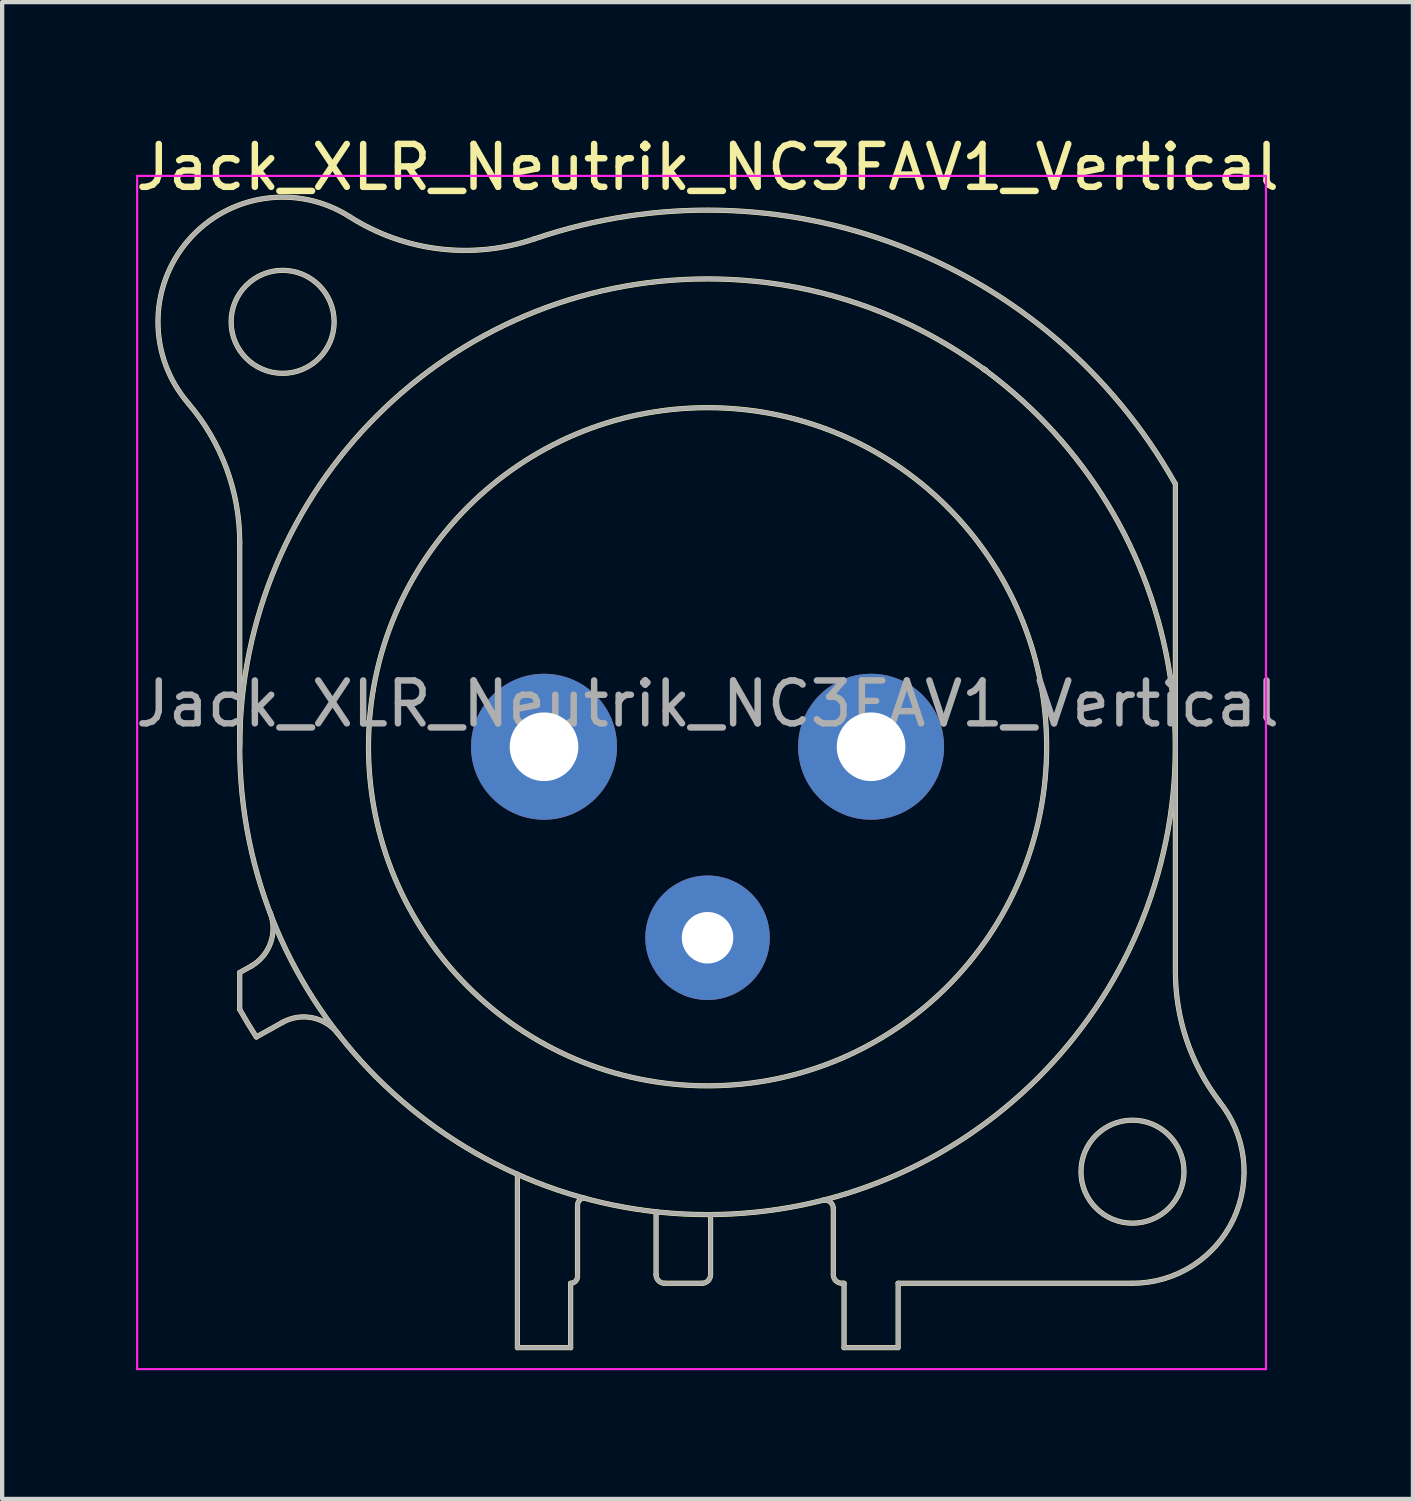
<source format=kicad_pcb>
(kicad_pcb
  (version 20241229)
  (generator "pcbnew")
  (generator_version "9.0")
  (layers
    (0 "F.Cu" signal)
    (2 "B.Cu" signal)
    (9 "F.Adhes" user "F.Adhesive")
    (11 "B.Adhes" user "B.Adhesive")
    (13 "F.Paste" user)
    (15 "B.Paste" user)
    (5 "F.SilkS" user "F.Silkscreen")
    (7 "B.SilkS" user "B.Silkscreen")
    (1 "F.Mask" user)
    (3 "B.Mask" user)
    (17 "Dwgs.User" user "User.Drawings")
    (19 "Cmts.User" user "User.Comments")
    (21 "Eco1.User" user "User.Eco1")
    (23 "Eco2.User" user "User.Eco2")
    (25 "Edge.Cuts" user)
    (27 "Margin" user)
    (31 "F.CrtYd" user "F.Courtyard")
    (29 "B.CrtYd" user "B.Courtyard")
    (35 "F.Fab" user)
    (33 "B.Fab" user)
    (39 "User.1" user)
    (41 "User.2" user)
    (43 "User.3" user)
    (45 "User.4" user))
  (footprint "Jack_XLR_Neutrik_NC3FAV1_Vertical"
    (layer "F.Cu")
    (at 17.245 14.348)
    (property "Reference" "Jack_XLR_Neutrik_NC3FAV1_Vertical" (at -3.81 -13.5 0) (layer "F.SilkS") (effects (font (size 1 1) (thickness 0.15))))
    (attr through_hole)
    (fp_line (start -14.71 0) (end -14.71 -4.76) (stroke (width 0.12) (type solid)) (layer "F.SilkS"))
    (fp_line (start -14.71 5.26) (end -14.71 6.12) (stroke (width 0.12) (type solid)) (layer "F.SilkS"))
    (fp_line (start -14.44 5.11) (end -14.71 5.26) (stroke (width 0.12) (type solid)) (layer "F.SilkS"))
    (fp_line (start -14.32 6.76) (end -13.71 6.42) (stroke (width 0.12) (type solid)) (layer "F.SilkS"))
    (fp_line (start -8.24 9.96) (end -8.24 14) (stroke (width 0.12) (type solid)) (layer "F.SilkS"))
    (fp_line (start -7 12.5) (end -7 14) (stroke (width 0.12) (type solid)) (layer "F.SilkS"))
    (fp_line (start -7 14) (end -8.24 14) (stroke (width 0.12) (type solid)) (layer "F.SilkS"))
    (fp_line (start -6.84 12.34) (end -6.84 10.69) (stroke (width 0.12) (type solid)) (layer "F.SilkS"))
    (fp_line (start -5.01 10.83) (end -5.01 12.3) (stroke (width 0.12) (type solid)) (layer "F.SilkS"))
    (fp_line (start -3.94 12.5) (end -4.81 12.5) (stroke (width 0.12) (type solid)) (layer "F.SilkS"))
    (fp_line (start -3.74 10.9) (end -3.74 12.3) (stroke (width 0.12) (type solid)) (layer "F.SilkS"))
    (fp_line (start -0.88 12.3) (end -0.88 10.76) (stroke (width 0.12) (type solid)) (layer "F.SilkS"))
    (fp_line (start -0.63 12.5) (end -0.68 12.5) (stroke (width 0.12) (type solid)) (layer "F.SilkS"))
    (fp_line (start -0.63 12.5) (end -0.63 14) (stroke (width 0.12) (type solid)) (layer "F.SilkS"))
    (fp_line (start 0.62 14) (end -0.63 14) (stroke (width 0.12) (type solid)) (layer "F.SilkS"))
    (fp_line (start 0.63 12.5) (end 6.09 12.5) (stroke (width 0.12) (type solid)) (layer "F.SilkS"))
    (fp_line (start 0.63 14) (end 0.63 12.5) (stroke (width 0.12) (type solid)) (layer "F.SilkS"))
    (fp_line (start 7.09 5.24) (end 7.09 -6.12) (stroke (width 0.12) (type solid)) (layer "F.SilkS"))
    (fp_arc (start -15.908829 -8.000856) (mid -15.019313 -6.48774) (end -14.71 -4.76) (stroke (width 0.12) (type solid)) (layer "F.SilkS"))
    (fp_arc (start -15.908236 -8.001617) (mid -15.907486 -11.799251) (end -12.15 -12.35) (stroke (width 0.12) (type solid)) (layer "F.SilkS"))
    (fp_arc (start -14.32314 6.763008) (mid -14.521396 6.444407) (end -14.71 6.12) (stroke (width 0.12) (type solid)) (layer "F.SilkS"))
    (fp_arc (start -14.004283 3.855674) (mid -13.989213 4.56375) (end -14.44 5.11) (stroke (width 0.12) (type solid)) (layer "F.SilkS"))
    (fp_arc (start -13.71 6.42) (mid -13.01025 6.315915) (end -12.412202 6.693832) (stroke (width 0.12) (type solid)) (layer "F.SilkS"))
    (fp_arc (start -7.848035 -11.831177) (mid -10.058192 -11.599923) (end -12.15 -12.35) (stroke (width 0.12) (type solid)) (layer "F.SilkS"))
    (fp_arc (start -7.841153 -11.83276) (mid 0.657009 -11.675197) (end 7.09 -6.12) (stroke (width 0.12) (type solid)) (layer "F.SilkS"))
    (fp_arc (start -6.84 10.69) (mid -6.803713 10.578321) (end -6.708713 10.509299) (stroke (width 0.12) (type solid)) (layer "F.SilkS"))
    (fp_arc (start -6.84 12.34) (mid -6.886863 12.453137) (end -7 12.5) (stroke (width 0.12) (type solid)) (layer "F.SilkS"))
    (fp_arc (start -4.81 12.5) (mid -4.951421 12.441421) (end -5.01 12.3) (stroke (width 0.12) (type solid)) (layer "F.SilkS"))
    (fp_arc (start -3.74 12.3) (mid -3.798579 12.441421) (end -3.94 12.5) (stroke (width 0.12) (type solid)) (layer "F.SilkS"))
    (fp_arc (start -1.1294 10.566197) (mid -0.957281 10.602076) (end -0.88 10.76) (stroke (width 0.12) (type solid)) (layer "F.SilkS"))
    (fp_arc (start -0.68 12.5) (mid -0.821421 12.441421) (end -0.88 12.3) (stroke (width 0.12) (type solid)) (layer "F.SilkS"))
    (fp_arc (start 2.636924 -8.782671) (mid 2.628394 -8.791269) (end 2.62 -8.8) (stroke (width 0.12) (type solid)) (layer "F.SilkS"))
    (fp_arc (start 2.680052 -8.767734) (mid 2.65973 -8.7835) (end 2.64 -8.8) (stroke (width 0.12) (type solid)) (layer "F.SilkS"))
    (fp_arc (start 8.095865 8.245761) (mid 8.441704 11.008824) (end 6.09 12.5) (stroke (width 0.12) (type solid)) (layer "F.SilkS"))
    (fp_arc (start 8.098032 8.243976) (mid 7.348729 6.824298) (end 7.09 5.24) (stroke (width 0.12) (type solid)) (layer "F.SilkS"))
    (fp_circle (center -13.71 -9.9) (end -12.51 -9.9) (stroke (width 0.12) (type solid)) (fill no) (layer "F.SilkS"))
    (fp_circle (center -3.81 0) (end 4.09 0) (stroke (width 0.12) (type solid)) (fill no) (layer "F.SilkS"))
    (fp_circle (center -3.81 0) (end 7.09 0) (stroke (width 0.12) (type solid)) (fill no) (layer "F.SilkS"))
    (fp_circle (center 6.09 9.9) (end 7.29 9.9) (stroke (width 0.12) (type solid)) (fill no) (layer "F.SilkS"))
    (fp_line (start -17.1 -13.3) (end 9.2 -13.3) (stroke (width 0.05) (type solid)) (layer "F.CrtYd"))
    (fp_line (start -17.1 14.5) (end -17.1 -13.3) (stroke (width 0.05) (type solid)) (layer "F.CrtYd"))
    (fp_line (start 9.2 -13.3) (end 9.2 14.5) (stroke (width 0.05) (type solid)) (layer "F.CrtYd"))
    (fp_line (start 9.2 14.5) (end -17.1 14.5) (stroke (width 0.05) (type solid)) (layer "F.CrtYd"))
    (fp_line (start -14.71 0) (end -14.71 -4.76) (stroke (width 0.1) (type solid)) (layer "F.Fab"))
    (fp_line (start -14.71 5.26) (end -14.71 6.12) (stroke (width 0.1) (type solid)) (layer "F.Fab"))
    (fp_line (start -14.44 5.11) (end -14.71 5.26) (stroke (width 0.1) (type solid)) (layer "F.Fab"))
    (fp_line (start -14.32 6.76) (end -13.71 6.42) (stroke (width 0.1) (type solid)) (layer "F.Fab"))
    (fp_line (start -8.24 9.96) (end -8.24 14) (stroke (width 0.1) (type solid)) (layer "F.Fab"))
    (fp_line (start -7 12.5) (end -7 14) (stroke (width 0.1) (type solid)) (layer "F.Fab"))
    (fp_line (start -7 14) (end -8.24 14) (stroke (width 0.1) (type solid)) (layer "F.Fab"))
    (fp_line (start -6.84 12.34) (end -6.84 10.69) (stroke (width 0.1) (type solid)) (layer "F.Fab"))
    (fp_line (start -5.01 10.83) (end -5.01 12.3) (stroke (width 0.1) (type solid)) (layer "F.Fab"))
    (fp_line (start -3.94 12.5) (end -4.81 12.5) (stroke (width 0.1) (type solid)) (layer "F.Fab"))
    (fp_line (start -3.74 10.9) (end -3.74 12.3) (stroke (width 0.1) (type solid)) (layer "F.Fab"))
    (fp_line (start -0.88 12.3) (end -0.88 10.76) (stroke (width 0.1) (type solid)) (layer "F.Fab"))
    (fp_line (start -0.63 12.5) (end -0.68 12.5) (stroke (width 0.1) (type solid)) (layer "F.Fab"))
    (fp_line (start -0.63 12.5) (end -0.63 14) (stroke (width 0.1) (type solid)) (layer "F.Fab"))
    (fp_line (start 0.62 14) (end -0.63 14) (stroke (width 0.1) (type solid)) (layer "F.Fab"))
    (fp_line (start 0.63 12.5) (end 6.09 12.5) (stroke (width 0.1) (type solid)) (layer "F.Fab"))
    (fp_line (start 0.63 14) (end 0.63 12.5) (stroke (width 0.1) (type solid)) (layer "F.Fab"))
    (fp_line (start 7.09 5.24) (end 7.09 -6.12) (stroke (width 0.1) (type solid)) (layer "F.Fab"))
    (fp_arc (start -15.908829 -8.000856) (mid -15.019313 -6.48774) (end -14.71 -4.76) (stroke (width 0.1) (type solid)) (layer "F.Fab"))
    (fp_arc (start -15.908236 -8.001617) (mid -15.907486 -11.799251) (end -12.15 -12.35) (stroke (width 0.1) (type solid)) (layer "F.Fab"))
    (fp_arc (start -14.32314 6.763008) (mid -14.521396 6.444407) (end -14.71 6.12) (stroke (width 0.1) (type solid)) (layer "F.Fab"))
    (fp_arc (start -14.004283 3.855674) (mid -13.989213 4.56375) (end -14.44 5.11) (stroke (width 0.1) (type solid)) (layer "F.Fab"))
    (fp_arc (start -13.71 6.42) (mid -13.01025 6.315915) (end -12.412202 6.693832) (stroke (width 0.1) (type solid)) (layer "F.Fab"))
    (fp_arc (start -7.848035 -11.831177) (mid -10.058192 -11.599923) (end -12.15 -12.35) (stroke (width 0.1) (type solid)) (layer "F.Fab"))
    (fp_arc (start -7.841153 -11.83276) (mid 0.657009 -11.675197) (end 7.09 -6.12) (stroke (width 0.1) (type solid)) (layer "F.Fab"))
    (fp_arc (start -6.84 10.69) (mid -6.803713 10.578321) (end -6.708713 10.509299) (stroke (width 0.1) (type solid)) (layer "F.Fab"))
    (fp_arc (start -6.84 12.34) (mid -6.886863 12.453137) (end -7 12.5) (stroke (width 0.1) (type solid)) (layer "F.Fab"))
    (fp_arc (start -4.81 12.5) (mid -4.951421 12.441421) (end -5.01 12.3) (stroke (width 0.1) (type solid)) (layer "F.Fab"))
    (fp_arc (start -3.74 12.3) (mid -3.798579 12.441421) (end -3.94 12.5) (stroke (width 0.1) (type solid)) (layer "F.Fab"))
    (fp_arc (start -1.1294 10.566197) (mid -0.957281 10.602076) (end -0.88 10.76) (stroke (width 0.1) (type solid)) (layer "F.Fab"))
    (fp_arc (start -0.68 12.5) (mid -0.821421 12.441421) (end -0.88 12.3) (stroke (width 0.1) (type solid)) (layer "F.Fab"))
    (fp_arc (start 2.636924 -8.782671) (mid 2.628394 -8.791269) (end 2.62 -8.8) (stroke (width 0.1) (type solid)) (layer "F.Fab"))
    (fp_arc (start 2.680052 -8.767734) (mid 2.65973 -8.7835) (end 2.64 -8.8) (stroke (width 0.1) (type solid)) (layer "F.Fab"))
    (fp_arc (start 8.095865 8.245761) (mid 8.441704 11.008824) (end 6.09 12.5) (stroke (width 0.1) (type solid)) (layer "F.Fab"))
    (fp_arc (start 8.098032 8.243976) (mid 7.348729 6.824298) (end 7.09 5.24) (stroke (width 0.1) (type solid)) (layer "F.Fab"))
    (fp_circle (center -13.71 -9.9) (end -12.51 -9.9) (stroke (width 0.1) (type solid)) (fill no) (layer "F.Fab"))
    (fp_circle (center -3.81 0) (end 4.09 0) (stroke (width 0.1) (type solid)) (fill no) (layer "F.Fab"))
    (fp_circle (center -3.81 0) (end 7.09 0) (stroke (width 0.1) (type solid)) (fill no) (layer "F.Fab"))
    (fp_circle (center 6.09 9.9) (end 7.29 9.9) (stroke (width 0.1) (type solid)) (fill no) (layer "F.Fab"))
    (fp_text user "${REFERENCE}" (at -3.81 -1 0) (layer "F.Fab") (effects (font (size 1 1) (thickness 0.15))))
    (pad "1" thru_hole circle (at 0 0) (size 3.4 3.4) (drill 1.6) (layers "*.Cu" "*.Mask"))
    (pad "2" thru_hole circle (at -7.62 0) (size 3.4 3.4) (drill 1.6) (layers "*.Cu" "*.Mask"))
    (pad "3" thru_hole circle (at -3.81 4.45) (size 2.9 2.9) (drill 1.2) (layers "*.Cu" "*.Mask")))
  (gr_rect
    (start -3 -3)
    (end 29.869 31.873)
    (stroke (width 0.1) (type default))
    (fill no)
    (layer "Edge.Cuts")))
</source>
